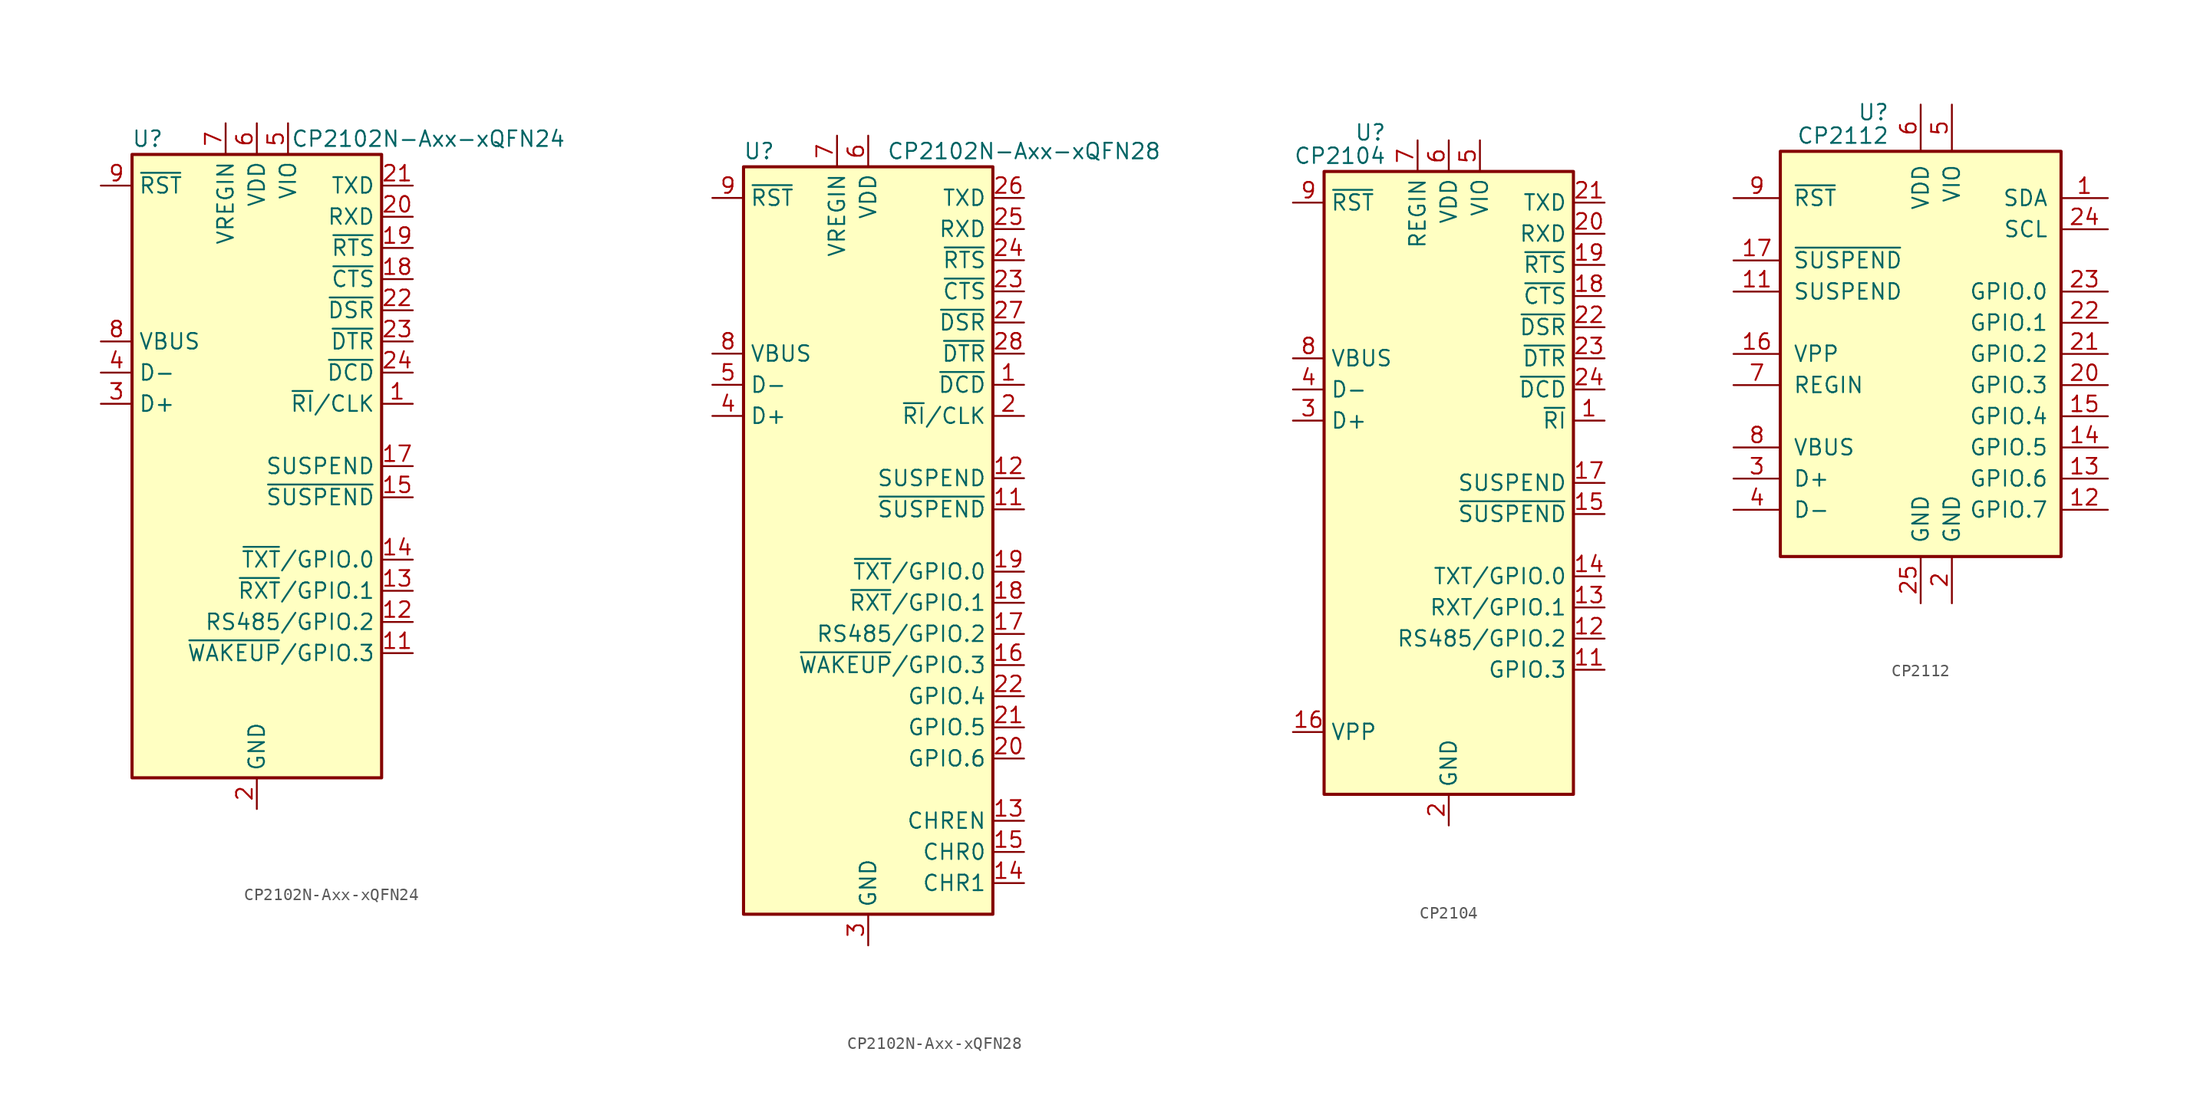
<source format=kicad_sym>
(kicad_symbol_lib
  (version 20241209)
  (generator "kicad_symbol_editor")
  (generator_version "9.0")
  (symbol "CP2102N-Axx-xQFN24"
    (property "Reference" "U"
      (at -8.89 26.67 0)
      (effects (font (size 1.27 1.27))))
    (property "Value" "CP2102N-Axx-xQFN24"
      (at 13.97 26.67 0)
      (effects (font (size 1.27 1.27))))
    (symbol "CP2102N-Axx-xQFN24_0_1"
      (rectangle (start -10.16 25.4) (end 10.16 -25.4) (stroke (width 0.254) (type default)) (fill (type background))))
    (symbol "CP2102N-Axx-xQFN24_1_1"
      (pin input line (at -12.7 22.86 0) (length 2.54) (name "~{RST}" (effects (font (size 1.27 1.27)))) (number "9" (effects (font (size 1.27 1.27)))))
      (pin input line (at -12.7 10.16 0) (length 2.54) (name "VBUS" (effects (font (size 1.27 1.27)))) (number "8" (effects (font (size 1.27 1.27)))))
      (pin bidirectional line (at -12.7 7.62 0) (length 2.54) (name "D-" (effects (font (size 1.27 1.27)))) (number "4" (effects (font (size 1.27 1.27)))))
      (pin bidirectional line (at -12.7 5.08 0) (length 2.54) (name "D+" (effects (font (size 1.27 1.27)))) (number "3" (effects (font (size 1.27 1.27)))))
      (pin no_connect line (at -10.16 -22.86 0) (length 2.54) (hide yes) (name "NC" (effects (font (size 1.27 1.27)))) (number "10" (effects (font (size 1.27 1.27)))))
      (pin power_in line (at -2.54 27.94 270) (length 2.54) (name "VREGIN" (effects (font (size 1.27 1.27)))) (number "7" (effects (font (size 1.27 1.27)))))
      (pin power_in line (at 0 27.94 270) (length 2.54) (name "VDD" (effects (font (size 1.27 1.27)))) (number "6" (effects (font (size 1.27 1.27)))))
      (pin power_in line (at 0 -27.94 90) (length 2.54) (name "GND" (effects (font (size 1.27 1.27)))) (number "2" (effects (font (size 1.27 1.27)))))
      (pin passive line (at 0 -27.94 90) (length 2.54) (hide yes) (name "GND" (effects (font (size 1.27 1.27)))) (number "25" (effects (font (size 1.27 1.27)))))
      (pin power_in line (at 2.54 27.94 270) (length 2.54) (name "VIO" (effects (font (size 1.27 1.27)))) (number "5" (effects (font (size 1.27 1.27)))))
      (pin no_connect line (at 10.16 -22.86 180) (length 2.54) (hide yes) (name "NC" (effects (font (size 1.27 1.27)))) (number "16" (effects (font (size 1.27 1.27)))))
      (pin output line (at 12.7 22.86 180) (length 2.54) (name "TXD" (effects (font (size 1.27 1.27)))) (number "21" (effects (font (size 1.27 1.27)))))
      (pin input line (at 12.7 20.32 180) (length 2.54) (name "RXD" (effects (font (size 1.27 1.27)))) (number "20" (effects (font (size 1.27 1.27)))))
      (pin output line (at 12.7 17.78 180) (length 2.54) (name "~{RTS}" (effects (font (size 1.27 1.27)))) (number "19" (effects (font (size 1.27 1.27)))))
      (pin input line (at 12.7 15.24 180) (length 2.54) (name "~{CTS}" (effects (font (size 1.27 1.27)))) (number "18" (effects (font (size 1.27 1.27)))))
      (pin input line (at 12.7 12.7 180) (length 2.54) (name "~{DSR}" (effects (font (size 1.27 1.27)))) (number "22" (effects (font (size 1.27 1.27)))))
      (pin output line (at 12.7 10.16 180) (length 2.54) (name "~{DTR}" (effects (font (size 1.27 1.27)))) (number "23" (effects (font (size 1.27 1.27)))))
      (pin input line (at 12.7 7.62 180) (length 2.54) (name "~{DCD}" (effects (font (size 1.27 1.27)))) (number "24" (effects (font (size 1.27 1.27)))))
      (pin bidirectional line (at 12.7 5.08 180) (length 2.54) (name "~{RI}/CLK" (effects (font (size 1.27 1.27)))) (number "1" (effects (font (size 1.27 1.27)))))
      (pin output line (at 12.7 0 180) (length 2.54) (name "SUSPEND" (effects (font (size 1.27 1.27)))) (number "17" (effects (font (size 1.27 1.27)))))
      (pin output line (at 12.7 -2.54 180) (length 2.54) (name "~{SUSPEND}" (effects (font (size 1.27 1.27)))) (number "15" (effects (font (size 1.27 1.27)))))
      (pin bidirectional line (at 12.7 -7.62 180) (length 2.54) (name "~{TXT}/GPIO.0" (effects (font (size 1.27 1.27)))) (number "14" (effects (font (size 1.27 1.27)))))
      (pin bidirectional line (at 12.7 -10.16 180) (length 2.54) (name "~{RXT}/GPIO.1" (effects (font (size 1.27 1.27)))) (number "13" (effects (font (size 1.27 1.27)))))
      (pin bidirectional line (at 12.7 -12.7 180) (length 2.54) (name "RS485/GPIO.2" (effects (font (size 1.27 1.27)))) (number "12" (effects (font (size 1.27 1.27)))))
      (pin bidirectional line (at 12.7 -15.24 180) (length 2.54) (name "~{WAKEUP}/GPIO.3" (effects (font (size 1.27 1.27)))) (number "11" (effects (font (size 1.27 1.27)))))))
  (symbol "CP2102N-Axx-xQFN28"
    (property "Reference" "U"
      (at -8.89 31.75 0)
      (effects (font (size 1.27 1.27))))
    (property "Value" "CP2102N-Axx-xQFN28"
      (at 12.7 31.75 0)
      (effects (font (size 1.27 1.27))))
    (symbol "CP2102N-Axx-xQFN28_0_1"
      (rectangle (start -10.16 30.48) (end 10.16 -30.48) (stroke (width 0.254) (type default)) (fill (type background))))
    (symbol "CP2102N-Axx-xQFN28_1_1"
      (pin input line (at -12.7 27.94 0) (length 2.54) (name "~{RST}" (effects (font (size 1.27 1.27)))) (number "9" (effects (font (size 1.27 1.27)))))
      (pin input line (at -12.7 15.24 0) (length 2.54) (name "VBUS" (effects (font (size 1.27 1.27)))) (number "8" (effects (font (size 1.27 1.27)))))
      (pin bidirectional line (at -12.7 12.7 0) (length 2.54) (name "D-" (effects (font (size 1.27 1.27)))) (number "5" (effects (font (size 1.27 1.27)))))
      (pin bidirectional line (at -12.7 10.16 0) (length 2.54) (name "D+" (effects (font (size 1.27 1.27)))) (number "4" (effects (font (size 1.27 1.27)))))
      (pin no_connect line (at -10.16 -27.94 0) (length 2.54) (hide yes) (name "NC" (effects (font (size 1.27 1.27)))) (number "10" (effects (font (size 1.27 1.27)))))
      (pin power_in line (at -2.54 33.02 270) (length 2.54) (name "VREGIN" (effects (font (size 1.27 1.27)))) (number "7" (effects (font (size 1.27 1.27)))))
      (pin power_in line (at 0 33.02 270) (length 2.54) (name "VDD" (effects (font (size 1.27 1.27)))) (number "6" (effects (font (size 1.27 1.27)))))
      (pin passive line (at 0 -33.02 90) (length 2.54) (hide yes) (name "GND" (effects (font (size 1.27 1.27)))) (number "29" (effects (font (size 1.27 1.27)))))
      (pin power_in line (at 0 -33.02 90) (length 2.54) (name "GND" (effects (font (size 1.27 1.27)))) (number "3" (effects (font (size 1.27 1.27)))))
      (pin output line (at 12.7 27.94 180) (length 2.54) (name "TXD" (effects (font (size 1.27 1.27)))) (number "26" (effects (font (size 1.27 1.27)))))
      (pin input line (at 12.7 25.4 180) (length 2.54) (name "RXD" (effects (font (size 1.27 1.27)))) (number "25" (effects (font (size 1.27 1.27)))))
      (pin output line (at 12.7 22.86 180) (length 2.54) (name "~{RTS}" (effects (font (size 1.27 1.27)))) (number "24" (effects (font (size 1.27 1.27)))))
      (pin input line (at 12.7 20.32 180) (length 2.54) (name "~{CTS}" (effects (font (size 1.27 1.27)))) (number "23" (effects (font (size 1.27 1.27)))))
      (pin input line (at 12.7 17.78 180) (length 2.54) (name "~{DSR}" (effects (font (size 1.27 1.27)))) (number "27" (effects (font (size 1.27 1.27)))))
      (pin output line (at 12.7 15.24 180) (length 2.54) (name "~{DTR}" (effects (font (size 1.27 1.27)))) (number "28" (effects (font (size 1.27 1.27)))))
      (pin input line (at 12.7 12.7 180) (length 2.54) (name "~{DCD}" (effects (font (size 1.27 1.27)))) (number "1" (effects (font (size 1.27 1.27)))))
      (pin bidirectional line (at 12.7 10.16 180) (length 2.54) (name "~{RI}/CLK" (effects (font (size 1.27 1.27)))) (number "2" (effects (font (size 1.27 1.27)))))
      (pin output line (at 12.7 5.08 180) (length 2.54) (name "SUSPEND" (effects (font (size 1.27 1.27)))) (number "12" (effects (font (size 1.27 1.27)))))
      (pin output line (at 12.7 2.54 180) (length 2.54) (name "~{SUSPEND}" (effects (font (size 1.27 1.27)))) (number "11" (effects (font (size 1.27 1.27)))))
      (pin bidirectional line (at 12.7 -2.54 180) (length 2.54) (name "~{TXT}/GPIO.0" (effects (font (size 1.27 1.27)))) (number "19" (effects (font (size 1.27 1.27)))))
      (pin bidirectional line (at 12.7 -5.08 180) (length 2.54) (name "~{RXT}/GPIO.1" (effects (font (size 1.27 1.27)))) (number "18" (effects (font (size 1.27 1.27)))))
      (pin bidirectional line (at 12.7 -7.62 180) (length 2.54) (name "RS485/GPIO.2" (effects (font (size 1.27 1.27)))) (number "17" (effects (font (size 1.27 1.27)))))
      (pin bidirectional line (at 12.7 -10.16 180) (length 2.54) (name "~{WAKEUP}/GPIO.3" (effects (font (size 1.27 1.27)))) (number "16" (effects (font (size 1.27 1.27)))))
      (pin bidirectional line (at 12.7 -12.7 180) (length 2.54) (name "GPIO.4" (effects (font (size 1.27 1.27)))) (number "22" (effects (font (size 1.27 1.27)))))
      (pin bidirectional line (at 12.7 -15.24 180) (length 2.54) (name "GPIO.5" (effects (font (size 1.27 1.27)))) (number "21" (effects (font (size 1.27 1.27)))))
      (pin bidirectional line (at 12.7 -17.78 180) (length 2.54) (name "GPIO.6" (effects (font (size 1.27 1.27)))) (number "20" (effects (font (size 1.27 1.27)))))
      (pin output line (at 12.7 -22.86 180) (length 2.54) (name "CHREN" (effects (font (size 1.27 1.27)))) (number "13" (effects (font (size 1.27 1.27)))))
      (pin output line (at 12.7 -25.4 180) (length 2.54) (name "CHR0" (effects (font (size 1.27 1.27)))) (number "15" (effects (font (size 1.27 1.27)))))
      (pin output line (at 12.7 -27.94 180) (length 2.54) (name "CHR1" (effects (font (size 1.27 1.27)))) (number "14" (effects (font (size 1.27 1.27)))))))
  (symbol "CP2104"
    (property "Reference" "U"
      (at -5.08 28.575 0)
      (effects (font (size 1.27 1.27)) (justify right)))
    (property "Value" "CP2104"
      (at -5.08 26.67 0)
      (effects (font (size 1.27 1.27)) (justify right)))
    (symbol "CP2104_1_1"
      (rectangle (start -10.16 25.4) (end 10.16 -25.4) (stroke (width 0.254) (type default)) (fill (type background)))
      (pin bidirectional line (at -12.7 22.86 0) (length 2.54) (name "~{RST}" (effects (font (size 1.27 1.27)))) (number "9" (effects (font (size 1.27 1.27)))))
      (pin input line (at -12.7 10.16 0) (length 2.54) (name "VBUS" (effects (font (size 1.27 1.27)))) (number "8" (effects (font (size 1.27 1.27)))))
      (pin bidirectional line (at -12.7 7.62 0) (length 2.54) (name "D-" (effects (font (size 1.27 1.27)))) (number "4" (effects (font (size 1.27 1.27)))))
      (pin bidirectional line (at -12.7 5.08 0) (length 2.54) (name "D+" (effects (font (size 1.27 1.27)))) (number "3" (effects (font (size 1.27 1.27)))))
      (pin passive line (at -12.7 -20.32 0) (length 2.54) (name "VPP" (effects (font (size 1.27 1.27)))) (number "16" (effects (font (size 1.27 1.27)))))
      (pin power_in line (at -2.54 27.94 270) (length 2.54) (name "REGIN" (effects (font (size 1.27 1.27)))) (number "7" (effects (font (size 1.27 1.27)))))
      (pin power_in line (at 0 27.94 270) (length 2.54) (name "VDD" (effects (font (size 1.27 1.27)))) (number "6" (effects (font (size 1.27 1.27)))))
      (pin power_in line (at 0 -27.94 90) (length 2.54) (name "GND" (effects (font (size 1.27 1.27)))) (number "2" (effects (font (size 1.27 1.27)))))
      (pin passive line (at 0 -27.94 90) (length 2.54) (hide yes) (name "GND" (effects (font (size 1.27 1.27)))) (number "25" (effects (font (size 1.27 1.27)))))
      (pin power_in line (at 2.54 27.94 270) (length 2.54) (name "VIO" (effects (font (size 1.27 1.27)))) (number "5" (effects (font (size 1.27 1.27)))))
      (pin no_connect line (at 10.16 -20.32 180) (length 2.54) (hide yes) (name "NC" (effects (font (size 1.27 1.27)))) (number "10" (effects (font (size 1.27 1.27)))))
      (pin output line (at 12.7 22.86 180) (length 2.54) (name "TXD" (effects (font (size 1.27 1.27)))) (number "21" (effects (font (size 1.27 1.27)))))
      (pin input line (at 12.7 20.32 180) (length 2.54) (name "RXD" (effects (font (size 1.27 1.27)))) (number "20" (effects (font (size 1.27 1.27)))))
      (pin output line (at 12.7 17.78 180) (length 2.54) (name "~{RTS}" (effects (font (size 1.27 1.27)))) (number "19" (effects (font (size 1.27 1.27)))))
      (pin input line (at 12.7 15.24 180) (length 2.54) (name "~{CTS}" (effects (font (size 1.27 1.27)))) (number "18" (effects (font (size 1.27 1.27)))))
      (pin input line (at 12.7 12.7 180) (length 2.54) (name "~{DSR}" (effects (font (size 1.27 1.27)))) (number "22" (effects (font (size 1.27 1.27)))))
      (pin output line (at 12.7 10.16 180) (length 2.54) (name "~{DTR}" (effects (font (size 1.27 1.27)))) (number "23" (effects (font (size 1.27 1.27)))))
      (pin input line (at 12.7 7.62 180) (length 2.54) (name "~{DCD}" (effects (font (size 1.27 1.27)))) (number "24" (effects (font (size 1.27 1.27)))))
      (pin input line (at 12.7 5.08 180) (length 2.54) (name "~{RI}" (effects (font (size 1.27 1.27)))) (number "1" (effects (font (size 1.27 1.27)))))
      (pin output line (at 12.7 0 180) (length 2.54) (name "SUSPEND" (effects (font (size 1.27 1.27)))) (number "17" (effects (font (size 1.27 1.27)))))
      (pin output line (at 12.7 -2.54 180) (length 2.54) (name "~{SUSPEND}" (effects (font (size 1.27 1.27)))) (number "15" (effects (font (size 1.27 1.27)))))
      (pin bidirectional line (at 12.7 -7.62 180) (length 2.54) (name "TXT/GPIO.0" (effects (font (size 1.27 1.27)))) (number "14" (effects (font (size 1.27 1.27)))))
      (pin bidirectional line (at 12.7 -10.16 180) (length 2.54) (name "RXT/GPIO.1" (effects (font (size 1.27 1.27)))) (number "13" (effects (font (size 1.27 1.27)))))
      (pin bidirectional line (at 12.7 -12.7 180) (length 2.54) (name "RS485/GPIO.2" (effects (font (size 1.27 1.27)))) (number "12" (effects (font (size 1.27 1.27)))))
      (pin bidirectional line (at 12.7 -15.24 180) (length 2.54) (name "GPIO.3" (effects (font (size 1.27 1.27)))) (number "11" (effects (font (size 1.27 1.27)))))))
  (symbol "CP2112"
    (pin_names
      (offset 1.016))
    (property "Reference" "U"
      (at -2.54 19.685 0)
      (effects (font (size 1.27 1.27)) (justify right)))
    (property "Value" "CP2112"
      (at -2.54 17.78 0)
      (effects (font (size 1.27 1.27)) (justify right)))
    (symbol "CP2112_0_1"
      (rectangle (start -11.43 16.51) (end 11.43 -16.51) (stroke (width 0.254) (type default)) (fill (type background))))
    (symbol "CP2112_1_1"
      (pin input line (at -15.24 12.7 0) (length 3.81) (name "~{RST}" (effects (font (size 1.27 1.27)))) (number "9" (effects (font (size 1.27 1.27)))))
      (pin output line (at -15.24 7.62 0) (length 3.81) (name "~{SUSPEND}" (effects (font (size 1.27 1.27)))) (number "17" (effects (font (size 1.27 1.27)))))
      (pin output line (at -15.24 5.08 0) (length 3.81) (name "SUSPEND" (effects (font (size 1.27 1.27)))) (number "11" (effects (font (size 1.27 1.27)))))
      (pin power_in line (at -15.24 0 0) (length 3.81) (name "VPP" (effects (font (size 1.27 1.27)))) (number "16" (effects (font (size 1.27 1.27)))))
      (pin power_in line (at -15.24 -2.54 0) (length 3.81) (name "REGIN" (effects (font (size 1.27 1.27)))) (number "7" (effects (font (size 1.27 1.27)))))
      (pin input line (at -15.24 -7.62 0) (length 3.81) (name "VBUS" (effects (font (size 1.27 1.27)))) (number "8" (effects (font (size 1.27 1.27)))))
      (pin bidirectional line (at -15.24 -10.16 0) (length 3.81) (name "D+" (effects (font (size 1.27 1.27)))) (number "3" (effects (font (size 1.27 1.27)))))
      (pin bidirectional line (at -15.24 -12.7 0) (length 3.81) (name "D-" (effects (font (size 1.27 1.27)))) (number "4" (effects (font (size 1.27 1.27)))))
      (pin power_in line (at 0 20.32 270) (length 3.81) (name "VDD" (effects (font (size 1.27 1.27)))) (number "6" (effects (font (size 1.27 1.27)))))
      (pin power_in line (at 0 -20.32 90) (length 3.81) (name "GND" (effects (font (size 1.27 1.27)))) (number "25" (effects (font (size 1.27 1.27)))))
      (pin power_in line (at 2.54 20.32 270) (length 3.81) (name "VIO" (effects (font (size 1.27 1.27)))) (number "5" (effects (font (size 1.27 1.27)))))
      (pin power_in line (at 2.54 -20.32 90) (length 3.81) (name "GND" (effects (font (size 1.27 1.27)))) (number "2" (effects (font (size 1.27 1.27)))))
      (pin no_connect line (at 5.08 -16.51 90) (length 3.81) (hide yes) (name "NC" (effects (font (size 1.27 1.27)))) (number "18" (effects (font (size 1.27 1.27)))))
      (pin no_connect line (at 7.62 -16.51 90) (length 3.81) (hide yes) (name "NC" (effects (font (size 1.27 1.27)))) (number "19" (effects (font (size 1.27 1.27)))))
      (pin no_connect line (at 10.16 -16.51 90) (length 3.81) (hide yes) (name "NC" (effects (font (size 1.27 1.27)))) (number "10" (effects (font (size 1.27 1.27)))))
      (pin bidirectional line (at 15.24 12.7 180) (length 3.81) (name "SDA" (effects (font (size 1.27 1.27)))) (number "1" (effects (font (size 1.27 1.27)))))
      (pin output line (at 15.24 10.16 180) (length 3.81) (name "SCL" (effects (font (size 1.27 1.27)))) (number "24" (effects (font (size 1.27 1.27)))))
      (pin bidirectional line (at 15.24 5.08 180) (length 3.81) (name "GPIO.0" (effects (font (size 1.27 1.27)))) (number "23" (effects (font (size 1.27 1.27)))))
      (pin bidirectional line (at 15.24 2.54 180) (length 3.81) (name "GPIO.1" (effects (font (size 1.27 1.27)))) (number "22" (effects (font (size 1.27 1.27)))))
      (pin bidirectional line (at 15.24 0 180) (length 3.81) (name "GPIO.2" (effects (font (size 1.27 1.27)))) (number "21" (effects (font (size 1.27 1.27)))))
      (pin bidirectional line (at 15.24 -2.54 180) (length 3.81) (name "GPIO.3" (effects (font (size 1.27 1.27)))) (number "20" (effects (font (size 1.27 1.27)))))
      (pin bidirectional line (at 15.24 -5.08 180) (length 3.81) (name "GPIO.4" (effects (font (size 1.27 1.27)))) (number "15" (effects (font (size 1.27 1.27)))))
      (pin bidirectional line (at 15.24 -7.62 180) (length 3.81) (name "GPIO.5" (effects (font (size 1.27 1.27)))) (number "14" (effects (font (size 1.27 1.27)))))
      (pin bidirectional line (at 15.24 -10.16 180) (length 3.81) (name "GPIO.6" (effects (font (size 1.27 1.27)))) (number "13" (effects (font (size 1.27 1.27)))))
      (pin bidirectional line (at 15.24 -12.7 180) (length 3.81) (name "GPIO.7" (effects (font (size 1.27 1.27)))) (number "12" (effects (font (size 1.27 1.27))))))))
</source>
